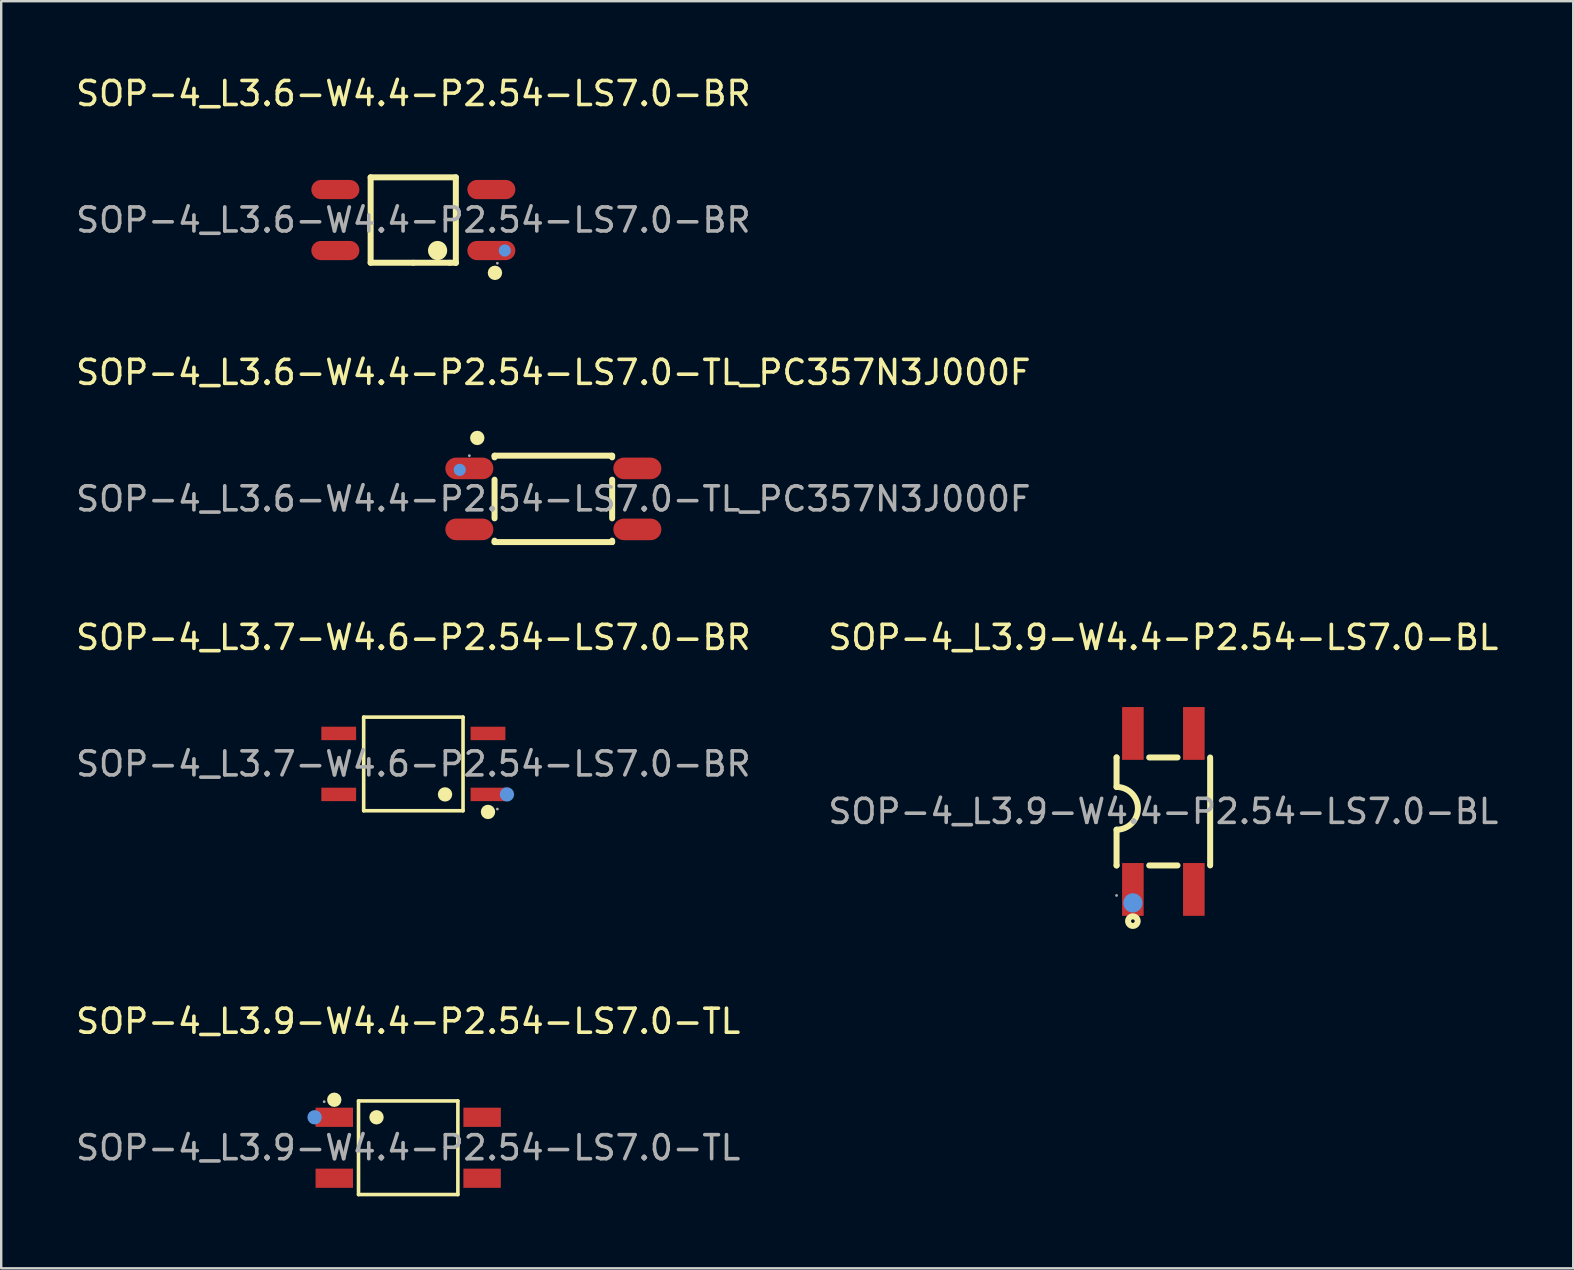
<source format=kicad_pcb>
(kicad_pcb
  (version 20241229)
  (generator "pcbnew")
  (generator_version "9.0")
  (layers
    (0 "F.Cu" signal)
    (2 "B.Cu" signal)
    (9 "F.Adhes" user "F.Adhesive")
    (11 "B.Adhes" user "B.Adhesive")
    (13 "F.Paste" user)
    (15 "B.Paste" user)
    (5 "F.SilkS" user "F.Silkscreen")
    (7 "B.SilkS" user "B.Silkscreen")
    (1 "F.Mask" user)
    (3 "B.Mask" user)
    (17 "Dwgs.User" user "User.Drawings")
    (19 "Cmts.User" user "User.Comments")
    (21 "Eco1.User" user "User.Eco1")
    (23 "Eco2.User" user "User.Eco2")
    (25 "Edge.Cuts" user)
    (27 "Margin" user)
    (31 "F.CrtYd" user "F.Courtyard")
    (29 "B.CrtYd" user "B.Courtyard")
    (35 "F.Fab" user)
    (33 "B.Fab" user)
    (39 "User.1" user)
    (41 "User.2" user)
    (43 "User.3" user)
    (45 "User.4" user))
  (footprint "SOP-4_L3.7-W4.6-P2.54-LS7.0-BR"
    (layer "F.Cu")
    (at 14.173 28.78)
    (property "Reference" "SOP-4_L3.7-W4.6-P2.54-LS7.0-BR" (at 0 -5.27 0) (layer "F.SilkS") (effects (font (size 1 1) (thickness 0.15))))
    (attr through_hole)
    (fp_line (start -2.07 -1.95) (end 2.07 -1.95) (stroke (width 0.15) (type solid)) (layer "F.SilkS"))
    (fp_line (start -2.07 1.95) (end -2.07 -1.95) (stroke (width 0.15) (type solid)) (layer "F.SilkS"))
    (fp_line (start 2.07 -1.95) (end 2.07 1.95) (stroke (width 0.15) (type solid)) (layer "F.SilkS"))
    (fp_line (start 2.07 1.95) (end -2.07 1.95) (stroke (width 0.15) (type solid)) (layer "F.SilkS"))
    (fp_circle (center 1.32 1.27) (end 1.47 1.27) (stroke (width 0.3) (type solid)) (fill no) (layer "F.SilkS"))
    (fp_circle (center 3.11 2) (end 3.26 2) (stroke (width 0.3) (type solid)) (fill no) (layer "F.SilkS"))
    (fp_circle (center 3.9 1.27) (end 4.05 1.27) (stroke (width 0.3) (type solid)) (fill no) (layer "Cmts.User"))
    (fp_circle (center 3.5 1.88) (end 3.53 1.88) (stroke (width 0.06) (type solid)) (fill no) (layer "F.Fab"))
    (fp_text user "${REFERENCE}" (at 0 0 0) (layer "F.Fab") (effects (font (size 1 1) (thickness 0.15))))
    (pad "1" smd rect (at 3.11 1.27 90) (size 0.56 1.45) (layers "F.Cu" "F.Mask" "F.Paste"))
    (pad "3" smd rect (at 3.11 -1.27 90) (size 0.56 1.45) (layers "F.Cu" "F.Mask" "F.Paste"))
    (pad "4" smd rect (at -3.11 -1.27 90) (size 0.56 1.45) (layers "F.Cu" "F.Mask" "F.Paste"))
    (pad "6" smd rect (at -3.11 1.27 90) (size 0.56 1.45) (layers "F.Cu" "F.Mask" "F.Paste")))
  (footprint "SOP-4_L3.6-W4.4-P2.54-LS7.0-TL_PC357N3J000F"
    (layer "F.Cu")
    (at 20.006 17.737)
    (property "Reference" "SOP-4_L3.6-W4.4-P2.54-LS7.0-TL_PC357N3J000F" (at 0 -5.27 0) (layer "F.SilkS") (effects (font (size 1 1) (thickness 0.15))))
    (attr through_hole)
    (fp_line (start -2.45 -1.8) (end -2.45 -1.73) (stroke (width 0.25) (type solid)) (layer "F.SilkS"))
    (fp_line (start -2.45 -0.8) (end -2.45 0.81) (stroke (width 0.25) (type solid)) (layer "F.SilkS"))
    (fp_line (start -2.45 1.74) (end -2.45 1.8) (stroke (width 0.25) (type solid)) (layer "F.SilkS"))
    (fp_line (start 2.45 -1.8) (end -2.45 -1.8) (stroke (width 0.25) (type solid)) (layer "F.SilkS"))
    (fp_line (start 2.45 -1.8) (end 2.45 -1.73) (stroke (width 0.25) (type solid)) (layer "F.SilkS"))
    (fp_line (start 2.45 -0.8) (end 2.45 0.81) (stroke (width 0.25) (type solid)) (layer "F.SilkS"))
    (fp_line (start 2.45 1.74) (end 2.45 1.8) (stroke (width 0.25) (type solid)) (layer "F.SilkS"))
    (fp_line (start 2.45 1.8) (end -2.45 1.8) (stroke (width 0.25) (type solid)) (layer "F.SilkS"))
    (fp_arc (start -3.17 -2.54) (mid -3.17 -2.54) (end -3.17 -2.54) (stroke (width 0.3) (type solid)) (layer "F.SilkS"))
    (fp_circle (center -3.9 -1.21) (end -3.77 -1.21) (stroke (width 0.25) (type solid)) (fill no) (layer "Cmts.User"))
    (fp_circle (center -3.5 -1.8) (end -3.47 -1.8) (stroke (width 0.06) (type solid)) (fill no) (layer "F.Fab"))
    (fp_text user "${REFERENCE}" (at 0 0 0) (layer "F.Fab") (effects (font (size 1 1) (thickness 0.15))))
    (pad "1" smd oval (at -3.5 -1.27 90) (size 0.9 2) (layers "F.Cu" "F.Mask" "F.Paste"))
    (pad "2" smd oval (at -3.5 1.27 90) (size 0.9 2) (layers "F.Cu" "F.Mask" "F.Paste"))
    (pad "3" smd oval (at 3.5 1.27 90) (size 0.9 2) (layers "F.Cu" "F.Mask" "F.Paste"))
    (pad "4" smd oval (at 3.5 -1.27 90) (size 0.9 2) (layers "F.Cu" "F.Mask" "F.Paste")))
  (footprint "SOP-4_L3.9-W4.4-P2.54-LS7.0-TL"
    (layer "F.Cu")
    (at 13.958 44.773)
    (property "Reference" "SOP-4_L3.9-W4.4-P2.54-LS7.0-TL" (at 0 -5.27 0) (layer "F.SilkS") (effects (font (size 1 1) (thickness 0.15))))
    (attr through_hole)
    (fp_line (start -2.07 -1.95) (end 2.07 -1.95) (stroke (width 0.15) (type solid)) (layer "F.SilkS"))
    (fp_line (start -2.07 1.95) (end -2.07 -1.95) (stroke (width 0.15) (type solid)) (layer "F.SilkS"))
    (fp_line (start 2.07 -1.95) (end 2.07 1.95) (stroke (width 0.15) (type solid)) (layer "F.SilkS"))
    (fp_line (start 2.07 1.95) (end -2.07 1.95) (stroke (width 0.15) (type solid)) (layer "F.SilkS"))
    (fp_circle (center -3.08 -2) (end -2.93 -2) (stroke (width 0.3) (type solid)) (fill no) (layer "F.SilkS"))
    (fp_circle (center -1.32 -1.27) (end -1.17 -1.27) (stroke (width 0.3) (type solid)) (fill no) (layer "F.SilkS"))
    (fp_circle (center -3.9 -1.27) (end -3.75 -1.27) (stroke (width 0.3) (type solid)) (fill no) (layer "Cmts.User"))
    (fp_circle (center -3.5 -1.92) (end -3.47 -1.92) (stroke (width 0.06) (type solid)) (fill no) (layer "F.Fab"))
    (fp_text user "${REFERENCE}" (at 0 0 0) (layer "F.Fab") (effects (font (size 1 1) (thickness 0.15))))
    (pad "1" smd rect (at -3.08 -1.27) (size 1.56 0.8) (layers "F.Cu" "F.Mask" "F.Paste"))
    (pad "2" smd rect (at -3.08 1.27) (size 1.56 0.8) (layers "F.Cu" "F.Mask" "F.Paste"))
    (pad "3" smd rect (at 3.08 1.27) (size 1.56 0.8) (layers "F.Cu" "F.Mask" "F.Paste"))
    (pad "4" smd rect (at 3.08 -1.27) (size 1.56 0.8) (layers "F.Cu" "F.Mask" "F.Paste")))
  (footprint "SOP-4_L3.9-W4.4-P2.54-LS7.0-BL"
    (layer "F.Cu")
    (at 45.423 30.76)
    (property "Reference" "SOP-4_L3.9-W4.4-P2.54-LS7.0-BL" (at 0 -7.25 0) (layer "F.SilkS") (effects (font (size 1 1) (thickness 0.15))))
    (attr through_hole)
    (fp_line (start -1.95 -2.25) (end -1.95 -2.25) (stroke (width 0.25) (type solid)) (layer "F.SilkS"))
    (fp_line (start -1.95 -2.25) (end -1.95 -1.02) (stroke (width 0.25) (type solid)) (layer "F.SilkS"))
    (fp_line (start -1.95 2.25) (end -1.95 0.76) (stroke (width 0.25) (type solid)) (layer "F.SilkS"))
    (fp_line (start -1.95 2.25) (end -1.95 2.25) (stroke (width 0.25) (type solid)) (layer "F.SilkS"))
    (fp_line (start -0.59 -2.25) (end 0.59 -2.25) (stroke (width 0.25) (type solid)) (layer "F.SilkS"))
    (fp_line (start -0.59 2.25) (end 0.59 2.25) (stroke (width 0.25) (type solid)) (layer "F.SilkS"))
    (fp_line (start 1.95 -2.25) (end 1.95 -2.25) (stroke (width 0.25) (type solid)) (layer "F.SilkS"))
    (fp_line (start 1.95 -2.2) (end 1.95 2.2) (stroke (width 0.25) (type solid)) (layer "F.SilkS"))
    (fp_line (start 1.95 2.25) (end 1.95 2.25) (stroke (width 0.25) (type solid)) (layer "F.SilkS"))
    (fp_arc (start -1.95 -1.02) (mid -1.06 -0.13) (end -1.95 0.76) (stroke (width 0.25) (type solid)) (layer "F.SilkS"))
    (fp_circle (center -1.27 4.57) (end -1.07 4.57) (stroke (width 0.25) (type solid)) (fill no) (layer "F.SilkS"))
    (fp_circle (center -1.27 3.81) (end -1.07 3.81) (stroke (width 0.4) (type solid)) (fill no) (layer "Cmts.User"))
    (fp_circle (center -1.95 3.5) (end -1.92 3.5) (stroke (width 0.06) (type solid)) (fill no) (layer "F.Fab"))
    (fp_text user "${REFERENCE}" (at 0 0 0) (layer "F.Fab") (effects (font (size 1 1) (thickness 0.15))))
    (pad "1" smd rect (at -1.27 3.25 90) (size 2.2 0.9) (layers "F.Cu" "F.Mask" "F.Paste"))
    (pad "2" smd rect (at 1.27 3.25 90) (size 2.2 0.9) (layers "F.Cu" "F.Mask" "F.Paste"))
    (pad "3" smd rect (at 1.27 -3.25 90) (size 2.2 0.9) (layers "F.Cu" "F.Mask" "F.Paste"))
    (pad "4" smd rect (at -1.27 -3.25 90) (size 2.2 0.9) (layers "F.Cu" "F.Mask" "F.Paste")))
  (footprint "SOP-4_L3.6-W4.4-P2.54-LS7.0-BR"
    (layer "F.Cu")
    (at 14.173 6.118)
    (property "Reference" "SOP-4_L3.6-W4.4-P2.54-LS7.0-BR" (at 0 -5.27 0) (layer "F.SilkS") (effects (font (size 1 1) (thickness 0.15))))
    (attr through_hole)
    (fp_line (start -1.78 -1.78) (end -1.78 1.78) (stroke (width 0.25) (type solid)) (layer "F.SilkS"))
    (fp_line (start -1.78 1.78) (end 0 1.78) (stroke (width 0.25) (type solid)) (layer "F.SilkS"))
    (fp_line (start 0 1.78) (end 1.52 1.78) (stroke (width 0.25) (type solid)) (layer "F.SilkS"))
    (fp_line (start 1.52 1.78) (end 1.77 1.78) (stroke (width 0.25) (type solid)) (layer "F.SilkS"))
    (fp_line (start 1.77 -1.78) (end -1.78 -1.78) (stroke (width 0.25) (type solid)) (layer "F.SilkS"))
    (fp_line (start 1.77 1.78) (end 1.77 -1.78) (stroke (width 0.25) (type solid)) (layer "F.SilkS"))
    (fp_line (start 1.77 1.78) (end 1.77 1.78) (stroke (width 0.25) (type solid)) (layer "F.SilkS"))
    (fp_arc (start 1.01 1.27) (mid 1.01 1.27) (end 1.01 1.27) (stroke (width 0.4) (type solid)) (layer "F.SilkS"))
    (fp_arc (start 3.39 2.35) (mid 3.404995 2.04975) (end 3.400016 2.350333) (stroke (width 0.3) (type solid)) (layer "F.SilkS"))
    (fp_circle (center 3.81 1.27) (end 3.94 1.27) (stroke (width 0.25) (type solid)) (fill no) (layer "Cmts.User"))
    (fp_circle (center 3.5 1.8) (end 3.53 1.8) (stroke (width 0.06) (type solid)) (fill no) (layer "F.Fab"))
    (fp_text user "${REFERENCE}" (at 0 0 0) (layer "F.Fab") (effects (font (size 1 1) (thickness 0.15))))
    (pad "1" smd oval (at 3.25 1.27 270) (size 0.8 2) (layers "F.Cu" "F.Mask" "F.Paste"))
    (pad "3" smd oval (at 3.25 -1.27 270) (size 0.8 2) (layers "F.Cu" "F.Mask" "F.Paste"))
    (pad "4" smd oval (at -3.25 -1.27 270) (size 0.8 2) (layers "F.Cu" "F.Mask" "F.Paste"))
    (pad "6" smd oval (at -3.25 1.27 270) (size 0.8 2) (layers "F.Cu" "F.Mask" "F.Paste")))
  (gr_rect
    (start -3 -3)
    (end 62.5 49.798)
    (stroke (width 0.1) (type default))
    (fill no)
    (layer "Edge.Cuts")))
</source>
